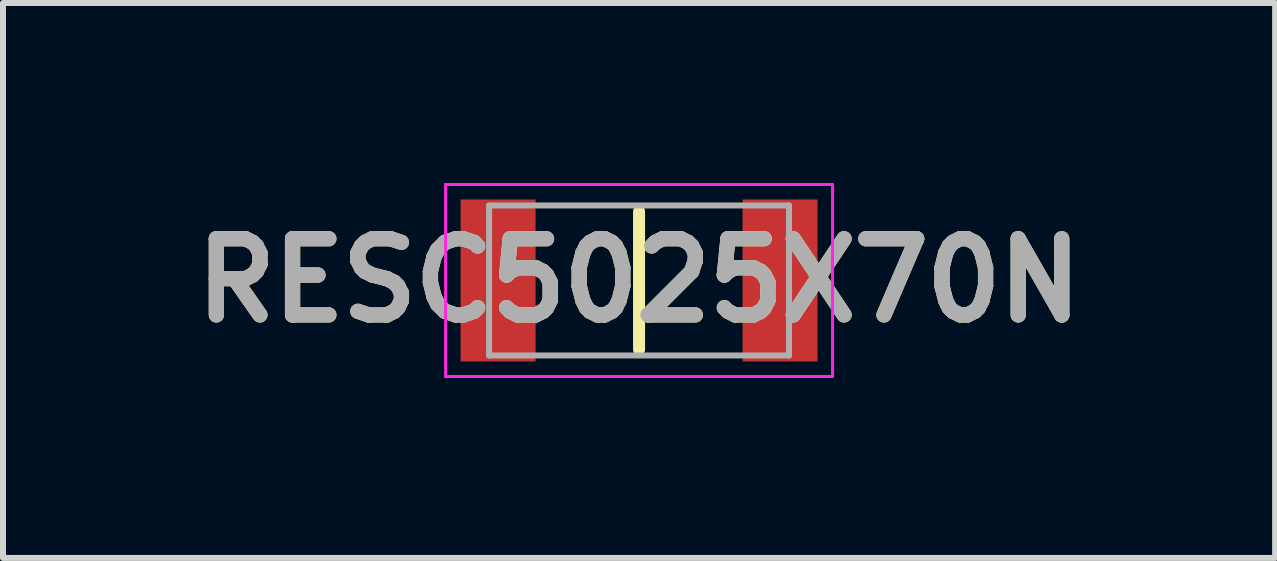
<source format=kicad_pcb>
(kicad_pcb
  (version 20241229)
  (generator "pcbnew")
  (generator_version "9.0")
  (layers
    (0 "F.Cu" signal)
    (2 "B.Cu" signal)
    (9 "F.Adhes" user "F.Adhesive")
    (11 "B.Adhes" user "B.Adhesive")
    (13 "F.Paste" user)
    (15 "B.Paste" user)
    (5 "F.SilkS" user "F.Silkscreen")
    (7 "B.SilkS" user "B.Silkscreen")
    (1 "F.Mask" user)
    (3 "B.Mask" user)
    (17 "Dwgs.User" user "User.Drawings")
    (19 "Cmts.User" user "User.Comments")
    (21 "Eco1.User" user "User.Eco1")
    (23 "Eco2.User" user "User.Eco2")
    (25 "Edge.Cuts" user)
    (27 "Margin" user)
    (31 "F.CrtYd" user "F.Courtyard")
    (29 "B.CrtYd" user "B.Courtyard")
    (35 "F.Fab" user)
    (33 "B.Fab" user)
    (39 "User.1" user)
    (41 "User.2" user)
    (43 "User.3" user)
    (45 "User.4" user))
  (footprint "RESC5025X70N"
    (layer "F.Cu")
    (at 7.602 1.625)
    (property "Reference" "RESC5025X70N" (at 0 0 0) (layer "F.SilkS") (effects (font (size 1.27 1.27) (thickness 0.254))))
    (attr smd)
    (fp_line (start 0 -1.15) (end 0 1.15) (stroke (width 0.2) (type solid)) (layer "F.SilkS"))
    (fp_line (start -3.225 -1.6) (end 3.225 -1.6) (stroke (width 0.05) (type solid)) (layer "F.CrtYd"))
    (fp_line (start -3.225 1.6) (end -3.225 -1.6) (stroke (width 0.05) (type solid)) (layer "F.CrtYd"))
    (fp_line (start 3.225 -1.6) (end 3.225 1.6) (stroke (width 0.05) (type solid)) (layer "F.CrtYd"))
    (fp_line (start 3.225 1.6) (end -3.225 1.6) (stroke (width 0.05) (type solid)) (layer "F.CrtYd"))
    (fp_line (start -2.5 -1.25) (end 2.5 -1.25) (stroke (width 0.1) (type solid)) (layer "F.Fab"))
    (fp_line (start -2.5 1.25) (end -2.5 -1.25) (stroke (width 0.1) (type solid)) (layer "F.Fab"))
    (fp_line (start 2.5 -1.25) (end 2.5 1.25) (stroke (width 0.1) (type solid)) (layer "F.Fab"))
    (fp_line (start 2.5 1.25) (end -2.5 1.25) (stroke (width 0.1) (type solid)) (layer "F.Fab"))
    (fp_text user "${REFERENCE}" (at 0 0 0) (layer "F.Fab") (effects (font (size 1.27 1.27) (thickness 0.254))))
    (pad "1" smd rect (at -2.35 0) (size 1.25 2.7) (layers "F.Cu" "F.Mask" "F.Paste"))
    (pad "2" smd rect (at 2.35 0) (size 1.25 2.7) (layers "F.Cu" "F.Mask" "F.Paste")))
  (gr_rect
    (start -3 -3)
    (end 18.204 6.25)
    (stroke (width 0.1) (type default))
    (fill no)
    (layer "Edge.Cuts")))
</source>
